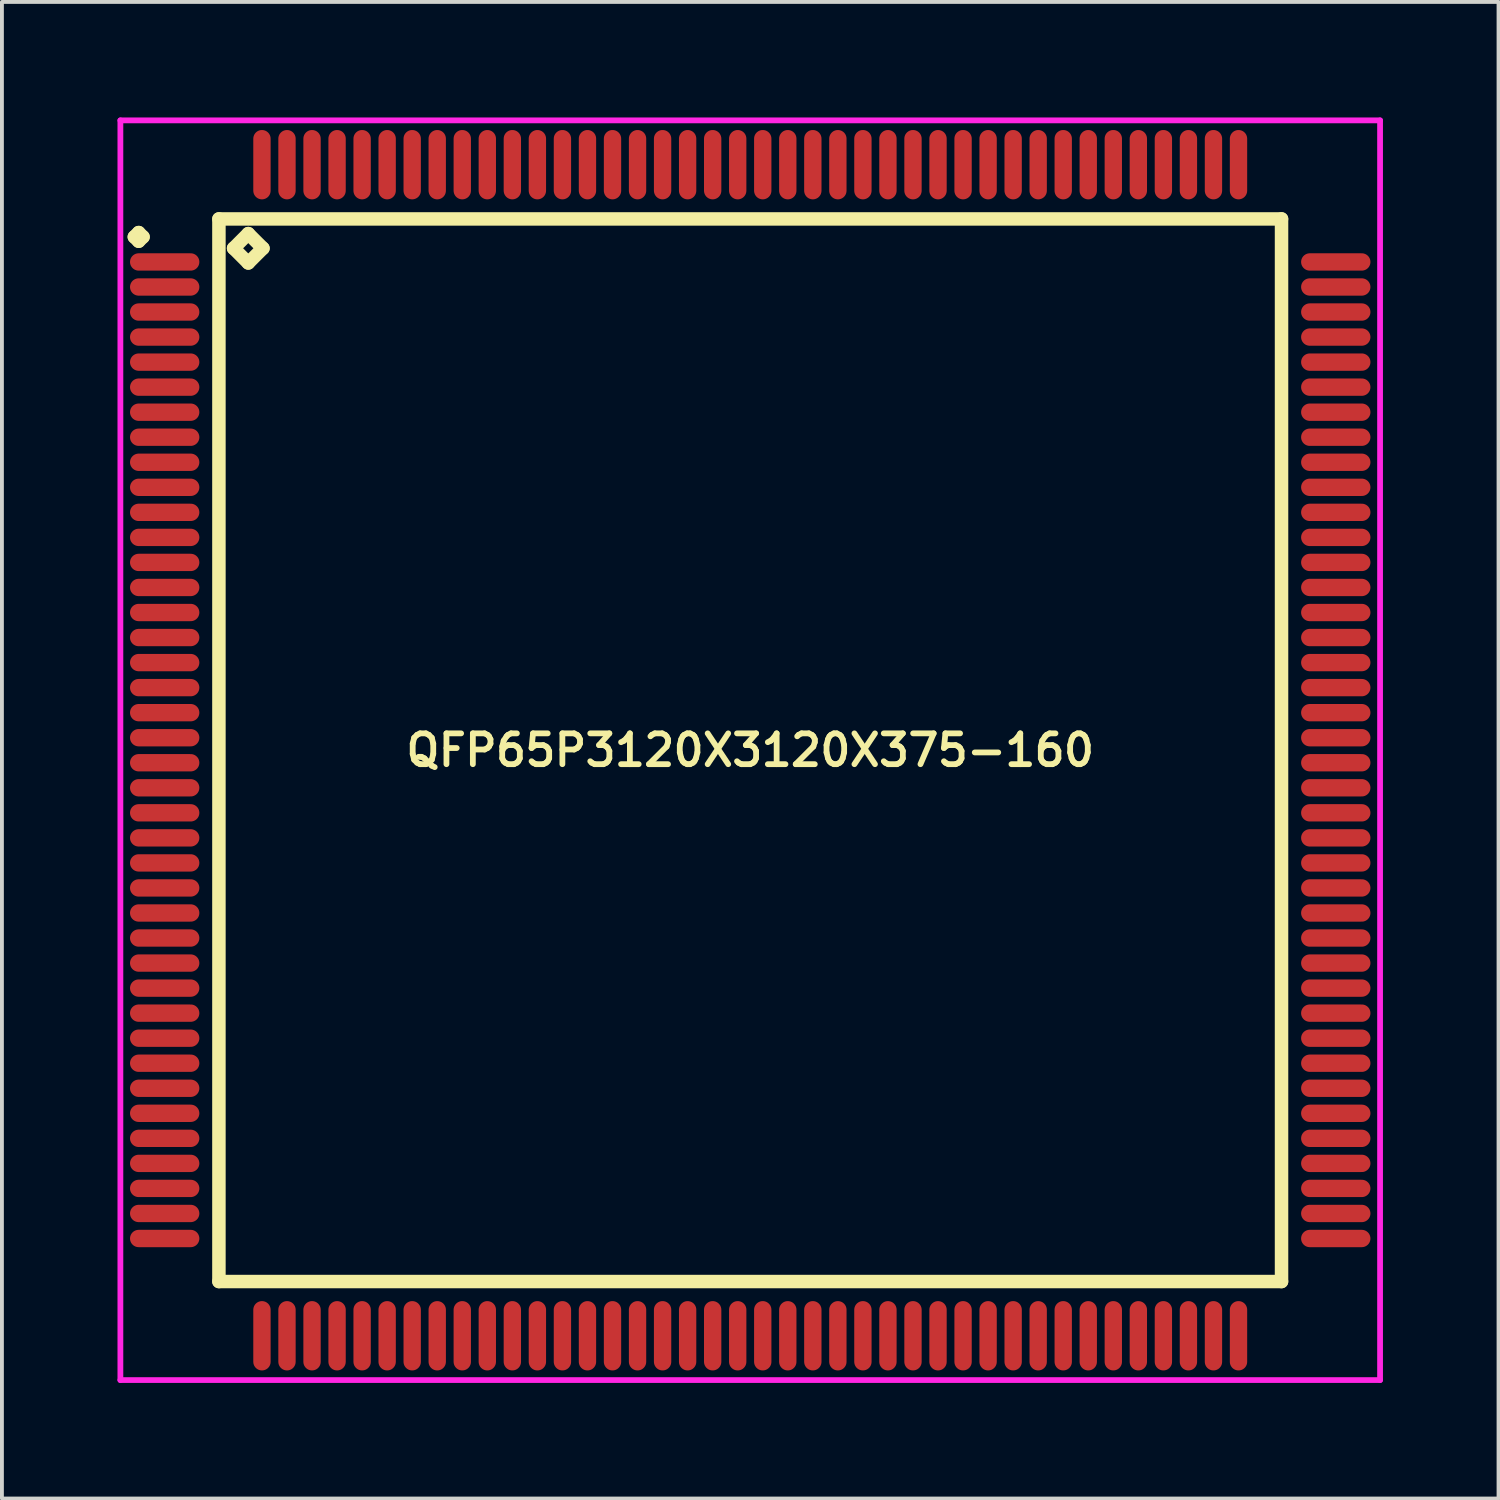
<source format=kicad_pcb>
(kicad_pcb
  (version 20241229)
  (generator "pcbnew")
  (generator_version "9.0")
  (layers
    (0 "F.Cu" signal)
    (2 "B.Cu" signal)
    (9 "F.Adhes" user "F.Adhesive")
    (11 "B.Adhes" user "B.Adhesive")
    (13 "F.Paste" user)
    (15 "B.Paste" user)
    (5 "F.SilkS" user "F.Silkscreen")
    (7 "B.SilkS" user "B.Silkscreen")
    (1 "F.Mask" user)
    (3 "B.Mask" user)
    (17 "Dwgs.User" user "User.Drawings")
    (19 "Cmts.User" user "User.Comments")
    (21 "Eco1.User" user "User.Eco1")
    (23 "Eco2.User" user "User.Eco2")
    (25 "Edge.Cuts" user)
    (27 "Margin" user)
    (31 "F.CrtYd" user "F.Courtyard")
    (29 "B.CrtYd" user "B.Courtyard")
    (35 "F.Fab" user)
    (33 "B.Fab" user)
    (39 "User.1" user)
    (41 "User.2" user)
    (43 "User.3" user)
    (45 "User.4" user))
  (footprint "QFP65P3120X3120X375-160"
    (layer "F.Cu")
    (at 16.425 16.425)
    (property "Reference" "QFP65P3120X3120X375-160" (at 0 0 0) (layer "F.SilkS") (effects (font (size 0.8 0.8) (thickness 0.15))))
    (attr smd)
    (fp_line (start -15.988 -13.325) (end -15.875 -13.438) (stroke (width 0.35) (type solid)) (layer "F.SilkS"))
    (fp_line (start -15.875 -13.438) (end -15.762 -13.325) (stroke (width 0.35) (type solid)) (layer "F.SilkS"))
    (fp_line (start -15.875 -13.213) (end -15.988 -13.325) (stroke (width 0.35) (type solid)) (layer "F.SilkS"))
    (fp_line (start -15.762 -13.325) (end -15.875 -13.213) (stroke (width 0.35) (type solid)) (layer "F.SilkS"))
    (fp_line (start -13.792 -13.792) (end -13.792 13.792) (stroke (width 0.35) (type solid)) (layer "F.SilkS"))
    (fp_line (start -13.792 13.792) (end 13.792 13.792) (stroke (width 0.35) (type solid)) (layer "F.SilkS"))
    (fp_line (start -13.411 -13.03) (end -13.03 -13.411) (stroke (width 0.35) (type solid)) (layer "F.SilkS"))
    (fp_line (start -13.03 -13.411) (end -12.649 -13.03) (stroke (width 0.35) (type solid)) (layer "F.SilkS"))
    (fp_line (start -13.03 -12.649) (end -13.411 -13.03) (stroke (width 0.35) (type solid)) (layer "F.SilkS"))
    (fp_line (start -12.649 -13.03) (end -13.03 -12.649) (stroke (width 0.35) (type solid)) (layer "F.SilkS"))
    (fp_line (start 13.792 -13.792) (end -13.792 -13.792) (stroke (width 0.35) (type solid)) (layer "F.SilkS"))
    (fp_line (start 13.792 13.792) (end 13.792 -13.792) (stroke (width 0.35) (type solid)) (layer "F.SilkS"))
    (fp_line (start -16.35 -16.35) (end 16.35 -16.35) (stroke (width 0.15) (type solid)) (layer "F.CrtYd"))
    (fp_line (start -16.35 16.35) (end -16.35 -16.35) (stroke (width 0.15) (type solid)) (layer "F.CrtYd"))
    (fp_line (start 16.35 -16.35) (end 16.35 16.35) (stroke (width 0.15) (type solid)) (layer "F.CrtYd"))
    (fp_line (start 16.35 16.35) (end -16.35 16.35) (stroke (width 0.15) (type solid)) (layer "F.CrtYd"))
    (pad "1" smd oval (at -15.2 -12.675) (size 1.8 0.45) (layers "F.Cu" "F.Mask" "F.Paste"))
    (pad "2" smd oval (at -15.2 -12.025) (size 1.8 0.45) (layers "F.Cu" "F.Mask" "F.Paste"))
    (pad "3" smd oval (at -15.2 -11.375) (size 1.8 0.45) (layers "F.Cu" "F.Mask" "F.Paste"))
    (pad "4" smd oval (at -15.2 -10.725) (size 1.8 0.45) (layers "F.Cu" "F.Mask" "F.Paste"))
    (pad "5" smd oval (at -15.2 -10.075) (size 1.8 0.45) (layers "F.Cu" "F.Mask" "F.Paste"))
    (pad "6" smd oval (at -15.2 -9.425) (size 1.8 0.45) (layers "F.Cu" "F.Mask" "F.Paste"))
    (pad "7" smd oval (at -15.2 -8.775) (size 1.8 0.45) (layers "F.Cu" "F.Mask" "F.Paste"))
    (pad "8" smd oval (at -15.2 -8.125) (size 1.8 0.45) (layers "F.Cu" "F.Mask" "F.Paste"))
    (pad "9" smd oval (at -15.2 -7.475) (size 1.8 0.45) (layers "F.Cu" "F.Mask" "F.Paste"))
    (pad "10" smd oval (at -15.2 -6.825) (size 1.8 0.45) (layers "F.Cu" "F.Mask" "F.Paste"))
    (pad "11" smd oval (at -15.2 -6.175) (size 1.8 0.45) (layers "F.Cu" "F.Mask" "F.Paste"))
    (pad "12" smd oval (at -15.2 -5.525) (size 1.8 0.45) (layers "F.Cu" "F.Mask" "F.Paste"))
    (pad "13" smd oval (at -15.2 -4.875) (size 1.8 0.45) (layers "F.Cu" "F.Mask" "F.Paste"))
    (pad "14" smd oval (at -15.2 -4.225) (size 1.8 0.45) (layers "F.Cu" "F.Mask" "F.Paste"))
    (pad "15" smd oval (at -15.2 -3.575) (size 1.8 0.45) (layers "F.Cu" "F.Mask" "F.Paste"))
    (pad "16" smd oval (at -15.2 -2.925) (size 1.8 0.45) (layers "F.Cu" "F.Mask" "F.Paste"))
    (pad "17" smd oval (at -15.2 -2.275) (size 1.8 0.45) (layers "F.Cu" "F.Mask" "F.Paste"))
    (pad "18" smd oval (at -15.2 -1.625) (size 1.8 0.45) (layers "F.Cu" "F.Mask" "F.Paste"))
    (pad "19" smd oval (at -15.2 -0.975) (size 1.8 0.45) (layers "F.Cu" "F.Mask" "F.Paste"))
    (pad "20" smd oval (at -15.2 -0.325) (size 1.8 0.45) (layers "F.Cu" "F.Mask" "F.Paste"))
    (pad "21" smd oval (at -15.2 0.325) (size 1.8 0.45) (layers "F.Cu" "F.Mask" "F.Paste"))
    (pad "22" smd oval (at -15.2 0.975) (size 1.8 0.45) (layers "F.Cu" "F.Mask" "F.Paste"))
    (pad "23" smd oval (at -15.2 1.625) (size 1.8 0.45) (layers "F.Cu" "F.Mask" "F.Paste"))
    (pad "24" smd oval (at -15.2 2.275) (size 1.8 0.45) (layers "F.Cu" "F.Mask" "F.Paste"))
    (pad "25" smd oval (at -15.2 2.925) (size 1.8 0.45) (layers "F.Cu" "F.Mask" "F.Paste"))
    (pad "26" smd oval (at -15.2 3.575) (size 1.8 0.45) (layers "F.Cu" "F.Mask" "F.Paste"))
    (pad "27" smd oval (at -15.2 4.225) (size 1.8 0.45) (layers "F.Cu" "F.Mask" "F.Paste"))
    (pad "28" smd oval (at -15.2 4.875) (size 1.8 0.45) (layers "F.Cu" "F.Mask" "F.Paste"))
    (pad "29" smd oval (at -15.2 5.525) (size 1.8 0.45) (layers "F.Cu" "F.Mask" "F.Paste"))
    (pad "30" smd oval (at -15.2 6.175) (size 1.8 0.45) (layers "F.Cu" "F.Mask" "F.Paste"))
    (pad "31" smd oval (at -15.2 6.825) (size 1.8 0.45) (layers "F.Cu" "F.Mask" "F.Paste"))
    (pad "32" smd oval (at -15.2 7.475) (size 1.8 0.45) (layers "F.Cu" "F.Mask" "F.Paste"))
    (pad "33" smd oval (at -15.2 8.125) (size 1.8 0.45) (layers "F.Cu" "F.Mask" "F.Paste"))
    (pad "34" smd oval (at -15.2 8.775) (size 1.8 0.45) (layers "F.Cu" "F.Mask" "F.Paste"))
    (pad "35" smd oval (at -15.2 9.425) (size 1.8 0.45) (layers "F.Cu" "F.Mask" "F.Paste"))
    (pad "36" smd oval (at -15.2 10.075) (size 1.8 0.45) (layers "F.Cu" "F.Mask" "F.Paste"))
    (pad "37" smd oval (at -15.2 10.725) (size 1.8 0.45) (layers "F.Cu" "F.Mask" "F.Paste"))
    (pad "38" smd oval (at -15.2 11.375) (size 1.8 0.45) (layers "F.Cu" "F.Mask" "F.Paste"))
    (pad "39" smd oval (at -15.2 12.025) (size 1.8 0.45) (layers "F.Cu" "F.Mask" "F.Paste"))
    (pad "40" smd oval (at -15.2 12.675) (size 1.8 0.45) (layers "F.Cu" "F.Mask" "F.Paste"))
    (pad "41" smd oval (at -12.675 15.2) (size 0.45 1.8) (layers "F.Cu" "F.Mask" "F.Paste"))
    (pad "42" smd oval (at -12.025 15.2) (size 0.45 1.8) (layers "F.Cu" "F.Mask" "F.Paste"))
    (pad "43" smd oval (at -11.375 15.2) (size 0.45 1.8) (layers "F.Cu" "F.Mask" "F.Paste"))
    (pad "44" smd oval (at -10.725 15.2) (size 0.45 1.8) (layers "F.Cu" "F.Mask" "F.Paste"))
    (pad "45" smd oval (at -10.075 15.2) (size 0.45 1.8) (layers "F.Cu" "F.Mask" "F.Paste"))
    (pad "46" smd oval (at -9.425 15.2) (size 0.45 1.8) (layers "F.Cu" "F.Mask" "F.Paste"))
    (pad "47" smd oval (at -8.775 15.2) (size 0.45 1.8) (layers "F.Cu" "F.Mask" "F.Paste"))
    (pad "48" smd oval (at -8.125 15.2) (size 0.45 1.8) (layers "F.Cu" "F.Mask" "F.Paste"))
    (pad "49" smd oval (at -7.475 15.2) (size 0.45 1.8) (layers "F.Cu" "F.Mask" "F.Paste"))
    (pad "50" smd oval (at -6.825 15.2) (size 0.45 1.8) (layers "F.Cu" "F.Mask" "F.Paste"))
    (pad "51" smd oval (at -6.175 15.2) (size 0.45 1.8) (layers "F.Cu" "F.Mask" "F.Paste"))
    (pad "52" smd oval (at -5.525 15.2) (size 0.45 1.8) (layers "F.Cu" "F.Mask" "F.Paste"))
    (pad "53" smd oval (at -4.875 15.2) (size 0.45 1.8) (layers "F.Cu" "F.Mask" "F.Paste"))
    (pad "54" smd oval (at -4.225 15.2) (size 0.45 1.8) (layers "F.Cu" "F.Mask" "F.Paste"))
    (pad "55" smd oval (at -3.575 15.2) (size 0.45 1.8) (layers "F.Cu" "F.Mask" "F.Paste"))
    (pad "56" smd oval (at -2.925 15.2) (size 0.45 1.8) (layers "F.Cu" "F.Mask" "F.Paste"))
    (pad "57" smd oval (at -2.275 15.2) (size 0.45 1.8) (layers "F.Cu" "F.Mask" "F.Paste"))
    (pad "58" smd oval (at -1.625 15.2) (size 0.45 1.8) (layers "F.Cu" "F.Mask" "F.Paste"))
    (pad "59" smd oval (at -0.975 15.2) (size 0.45 1.8) (layers "F.Cu" "F.Mask" "F.Paste"))
    (pad "60" smd oval (at -0.325 15.2) (size 0.45 1.8) (layers "F.Cu" "F.Mask" "F.Paste"))
    (pad "61" smd oval (at 0.325 15.2) (size 0.45 1.8) (layers "F.Cu" "F.Mask" "F.Paste"))
    (pad "62" smd oval (at 0.975 15.2) (size 0.45 1.8) (layers "F.Cu" "F.Mask" "F.Paste"))
    (pad "63" smd oval (at 1.625 15.2) (size 0.45 1.8) (layers "F.Cu" "F.Mask" "F.Paste"))
    (pad "64" smd oval (at 2.275 15.2) (size 0.45 1.8) (layers "F.Cu" "F.Mask" "F.Paste"))
    (pad "65" smd oval (at 2.925 15.2) (size 0.45 1.8) (layers "F.Cu" "F.Mask" "F.Paste"))
    (pad "66" smd oval (at 3.575 15.2) (size 0.45 1.8) (layers "F.Cu" "F.Mask" "F.Paste"))
    (pad "67" smd oval (at 4.225 15.2) (size 0.45 1.8) (layers "F.Cu" "F.Mask" "F.Paste"))
    (pad "68" smd oval (at 4.875 15.2) (size 0.45 1.8) (layers "F.Cu" "F.Mask" "F.Paste"))
    (pad "69" smd oval (at 5.525 15.2) (size 0.45 1.8) (layers "F.Cu" "F.Mask" "F.Paste"))
    (pad "70" smd oval (at 6.175 15.2) (size 0.45 1.8) (layers "F.Cu" "F.Mask" "F.Paste"))
    (pad "71" smd oval (at 6.825 15.2) (size 0.45 1.8) (layers "F.Cu" "F.Mask" "F.Paste"))
    (pad "72" smd oval (at 7.475 15.2) (size 0.45 1.8) (layers "F.Cu" "F.Mask" "F.Paste"))
    (pad "73" smd oval (at 8.125 15.2) (size 0.45 1.8) (layers "F.Cu" "F.Mask" "F.Paste"))
    (pad "74" smd oval (at 8.775 15.2) (size 0.45 1.8) (layers "F.Cu" "F.Mask" "F.Paste"))
    (pad "75" smd oval (at 9.425 15.2) (size 0.45 1.8) (layers "F.Cu" "F.Mask" "F.Paste"))
    (pad "76" smd oval (at 10.075 15.2) (size 0.45 1.8) (layers "F.Cu" "F.Mask" "F.Paste"))
    (pad "77" smd oval (at 10.725 15.2) (size 0.45 1.8) (layers "F.Cu" "F.Mask" "F.Paste"))
    (pad "78" smd oval (at 11.375 15.2) (size 0.45 1.8) (layers "F.Cu" "F.Mask" "F.Paste"))
    (pad "79" smd oval (at 12.025 15.2) (size 0.45 1.8) (layers "F.Cu" "F.Mask" "F.Paste"))
    (pad "80" smd oval (at 12.675 15.2) (size 0.45 1.8) (layers "F.Cu" "F.Mask" "F.Paste"))
    (pad "81" smd oval (at 15.2 12.675) (size 1.8 0.45) (layers "F.Cu" "F.Mask" "F.Paste"))
    (pad "82" smd oval (at 15.2 12.025) (size 1.8 0.45) (layers "F.Cu" "F.Mask" "F.Paste"))
    (pad "83" smd oval (at 15.2 11.375) (size 1.8 0.45) (layers "F.Cu" "F.Mask" "F.Paste"))
    (pad "84" smd oval (at 15.2 10.725) (size 1.8 0.45) (layers "F.Cu" "F.Mask" "F.Paste"))
    (pad "85" smd oval (at 15.2 10.075) (size 1.8 0.45) (layers "F.Cu" "F.Mask" "F.Paste"))
    (pad "86" smd oval (at 15.2 9.425) (size 1.8 0.45) (layers "F.Cu" "F.Mask" "F.Paste"))
    (pad "87" smd oval (at 15.2 8.775) (size 1.8 0.45) (layers "F.Cu" "F.Mask" "F.Paste"))
    (pad "88" smd oval (at 15.2 8.125) (size 1.8 0.45) (layers "F.Cu" "F.Mask" "F.Paste"))
    (pad "89" smd oval (at 15.2 7.475) (size 1.8 0.45) (layers "F.Cu" "F.Mask" "F.Paste"))
    (pad "90" smd oval (at 15.2 6.825) (size 1.8 0.45) (layers "F.Cu" "F.Mask" "F.Paste"))
    (pad "91" smd oval (at 15.2 6.175) (size 1.8 0.45) (layers "F.Cu" "F.Mask" "F.Paste"))
    (pad "92" smd oval (at 15.2 5.525) (size 1.8 0.45) (layers "F.Cu" "F.Mask" "F.Paste"))
    (pad "93" smd oval (at 15.2 4.875) (size 1.8 0.45) (layers "F.Cu" "F.Mask" "F.Paste"))
    (pad "94" smd oval (at 15.2 4.225) (size 1.8 0.45) (layers "F.Cu" "F.Mask" "F.Paste"))
    (pad "95" smd oval (at 15.2 3.575) (size 1.8 0.45) (layers "F.Cu" "F.Mask" "F.Paste"))
    (pad "96" smd oval (at 15.2 2.925) (size 1.8 0.45) (layers "F.Cu" "F.Mask" "F.Paste"))
    (pad "97" smd oval (at 15.2 2.275) (size 1.8 0.45) (layers "F.Cu" "F.Mask" "F.Paste"))
    (pad "98" smd oval (at 15.2 1.625) (size 1.8 0.45) (layers "F.Cu" "F.Mask" "F.Paste"))
    (pad "99" smd oval (at 15.2 0.975) (size 1.8 0.45) (layers "F.Cu" "F.Mask" "F.Paste"))
    (pad "100" smd oval (at 15.2 0.325) (size 1.8 0.45) (layers "F.Cu" "F.Mask" "F.Paste"))
    (pad "101" smd oval (at 15.2 -0.325) (size 1.8 0.45) (layers "F.Cu" "F.Mask" "F.Paste"))
    (pad "102" smd oval (at 15.2 -0.975) (size 1.8 0.45) (layers "F.Cu" "F.Mask" "F.Paste"))
    (pad "103" smd oval (at 15.2 -1.625) (size 1.8 0.45) (layers "F.Cu" "F.Mask" "F.Paste"))
    (pad "104" smd oval (at 15.2 -2.275) (size 1.8 0.45) (layers "F.Cu" "F.Mask" "F.Paste"))
    (pad "105" smd oval (at 15.2 -2.925) (size 1.8 0.45) (layers "F.Cu" "F.Mask" "F.Paste"))
    (pad "106" smd oval (at 15.2 -3.575) (size 1.8 0.45) (layers "F.Cu" "F.Mask" "F.Paste"))
    (pad "107" smd oval (at 15.2 -4.225) (size 1.8 0.45) (layers "F.Cu" "F.Mask" "F.Paste"))
    (pad "108" smd oval (at 15.2 -4.875) (size 1.8 0.45) (layers "F.Cu" "F.Mask" "F.Paste"))
    (pad "109" smd oval (at 15.2 -5.525) (size 1.8 0.45) (layers "F.Cu" "F.Mask" "F.Paste"))
    (pad "110" smd oval (at 15.2 -6.175) (size 1.8 0.45) (layers "F.Cu" "F.Mask" "F.Paste"))
    (pad "111" smd oval (at 15.2 -6.825) (size 1.8 0.45) (layers "F.Cu" "F.Mask" "F.Paste"))
    (pad "112" smd oval (at 15.2 -7.475) (size 1.8 0.45) (layers "F.Cu" "F.Mask" "F.Paste"))
    (pad "113" smd oval (at 15.2 -8.125) (size 1.8 0.45) (layers "F.Cu" "F.Mask" "F.Paste"))
    (pad "114" smd oval (at 15.2 -8.775) (size 1.8 0.45) (layers "F.Cu" "F.Mask" "F.Paste"))
    (pad "115" smd oval (at 15.2 -9.425) (size 1.8 0.45) (layers "F.Cu" "F.Mask" "F.Paste"))
    (pad "116" smd oval (at 15.2 -10.075) (size 1.8 0.45) (layers "F.Cu" "F.Mask" "F.Paste"))
    (pad "117" smd oval (at 15.2 -10.725) (size 1.8 0.45) (layers "F.Cu" "F.Mask" "F.Paste"))
    (pad "118" smd oval (at 15.2 -11.375) (size 1.8 0.45) (layers "F.Cu" "F.Mask" "F.Paste"))
    (pad "119" smd oval (at 15.2 -12.025) (size 1.8 0.45) (layers "F.Cu" "F.Mask" "F.Paste"))
    (pad "120" smd oval (at 15.2 -12.675) (size 1.8 0.45) (layers "F.Cu" "F.Mask" "F.Paste"))
    (pad "121" smd oval (at 12.675 -15.2) (size 0.45 1.8) (layers "F.Cu" "F.Mask" "F.Paste"))
    (pad "122" smd oval (at 12.025 -15.2) (size 0.45 1.8) (layers "F.Cu" "F.Mask" "F.Paste"))
    (pad "123" smd oval (at 11.375 -15.2) (size 0.45 1.8) (layers "F.Cu" "F.Mask" "F.Paste"))
    (pad "124" smd oval (at 10.725 -15.2) (size 0.45 1.8) (layers "F.Cu" "F.Mask" "F.Paste"))
    (pad "125" smd oval (at 10.075 -15.2) (size 0.45 1.8) (layers "F.Cu" "F.Mask" "F.Paste"))
    (pad "126" smd oval (at 9.425 -15.2) (size 0.45 1.8) (layers "F.Cu" "F.Mask" "F.Paste"))
    (pad "127" smd oval (at 8.775 -15.2) (size 0.45 1.8) (layers "F.Cu" "F.Mask" "F.Paste"))
    (pad "128" smd oval (at 8.125 -15.2) (size 0.45 1.8) (layers "F.Cu" "F.Mask" "F.Paste"))
    (pad "129" smd oval (at 7.475 -15.2) (size 0.45 1.8) (layers "F.Cu" "F.Mask" "F.Paste"))
    (pad "130" smd oval (at 6.825 -15.2) (size 0.45 1.8) (layers "F.Cu" "F.Mask" "F.Paste"))
    (pad "131" smd oval (at 6.175 -15.2) (size 0.45 1.8) (layers "F.Cu" "F.Mask" "F.Paste"))
    (pad "132" smd oval (at 5.525 -15.2) (size 0.45 1.8) (layers "F.Cu" "F.Mask" "F.Paste"))
    (pad "133" smd oval (at 4.875 -15.2) (size 0.45 1.8) (layers "F.Cu" "F.Mask" "F.Paste"))
    (pad "134" smd oval (at 4.225 -15.2) (size 0.45 1.8) (layers "F.Cu" "F.Mask" "F.Paste"))
    (pad "135" smd oval (at 3.575 -15.2) (size 0.45 1.8) (layers "F.Cu" "F.Mask" "F.Paste"))
    (pad "136" smd oval (at 2.925 -15.2) (size 0.45 1.8) (layers "F.Cu" "F.Mask" "F.Paste"))
    (pad "137" smd oval (at 2.275 -15.2) (size 0.45 1.8) (layers "F.Cu" "F.Mask" "F.Paste"))
    (pad "138" smd oval (at 1.625 -15.2) (size 0.45 1.8) (layers "F.Cu" "F.Mask" "F.Paste"))
    (pad "139" smd oval (at 0.975 -15.2) (size 0.45 1.8) (layers "F.Cu" "F.Mask" "F.Paste"))
    (pad "140" smd oval (at 0.325 -15.2) (size 0.45 1.8) (layers "F.Cu" "F.Mask" "F.Paste"))
    (pad "141" smd oval (at -0.325 -15.2) (size 0.45 1.8) (layers "F.Cu" "F.Mask" "F.Paste"))
    (pad "142" smd oval (at -0.975 -15.2) (size 0.45 1.8) (layers "F.Cu" "F.Mask" "F.Paste"))
    (pad "143" smd oval (at -1.625 -15.2) (size 0.45 1.8) (layers "F.Cu" "F.Mask" "F.Paste"))
    (pad "144" smd oval (at -2.275 -15.2) (size 0.45 1.8) (layers "F.Cu" "F.Mask" "F.Paste"))
    (pad "145" smd oval (at -2.925 -15.2) (size 0.45 1.8) (layers "F.Cu" "F.Mask" "F.Paste"))
    (pad "146" smd oval (at -3.575 -15.2) (size 0.45 1.8) (layers "F.Cu" "F.Mask" "F.Paste"))
    (pad "147" smd oval (at -4.225 -15.2) (size 0.45 1.8) (layers "F.Cu" "F.Mask" "F.Paste"))
    (pad "148" smd oval (at -4.875 -15.2) (size 0.45 1.8) (layers "F.Cu" "F.Mask" "F.Paste"))
    (pad "149" smd oval (at -5.525 -15.2) (size 0.45 1.8) (layers "F.Cu" "F.Mask" "F.Paste"))
    (pad "150" smd oval (at -6.175 -15.2) (size 0.45 1.8) (layers "F.Cu" "F.Mask" "F.Paste"))
    (pad "151" smd oval (at -6.825 -15.2) (size 0.45 1.8) (layers "F.Cu" "F.Mask" "F.Paste"))
    (pad "152" smd oval (at -7.475 -15.2) (size 0.45 1.8) (layers "F.Cu" "F.Mask" "F.Paste"))
    (pad "153" smd oval (at -8.125 -15.2) (size 0.45 1.8) (layers "F.Cu" "F.Mask" "F.Paste"))
    (pad "154" smd oval (at -8.775 -15.2) (size 0.45 1.8) (layers "F.Cu" "F.Mask" "F.Paste"))
    (pad "155" smd oval (at -9.425 -15.2) (size 0.45 1.8) (layers "F.Cu" "F.Mask" "F.Paste"))
    (pad "156" smd oval (at -10.075 -15.2) (size 0.45 1.8) (layers "F.Cu" "F.Mask" "F.Paste"))
    (pad "157" smd oval (at -10.725 -15.2) (size 0.45 1.8) (layers "F.Cu" "F.Mask" "F.Paste"))
    (pad "158" smd oval (at -11.375 -15.2) (size 0.45 1.8) (layers "F.Cu" "F.Mask" "F.Paste"))
    (pad "159" smd oval (at -12.025 -15.2) (size 0.45 1.8) (layers "F.Cu" "F.Mask" "F.Paste"))
    (pad "160" smd oval (at -12.675 -15.2) (size 0.45 1.8) (layers "F.Cu" "F.Mask" "F.Paste")))
  (gr_rect
    (start -3 -3)
    (end 35.85 35.85)
    (stroke (width 0.1) (type default))
    (fill no)
    (layer "Edge.Cuts")))
</source>
